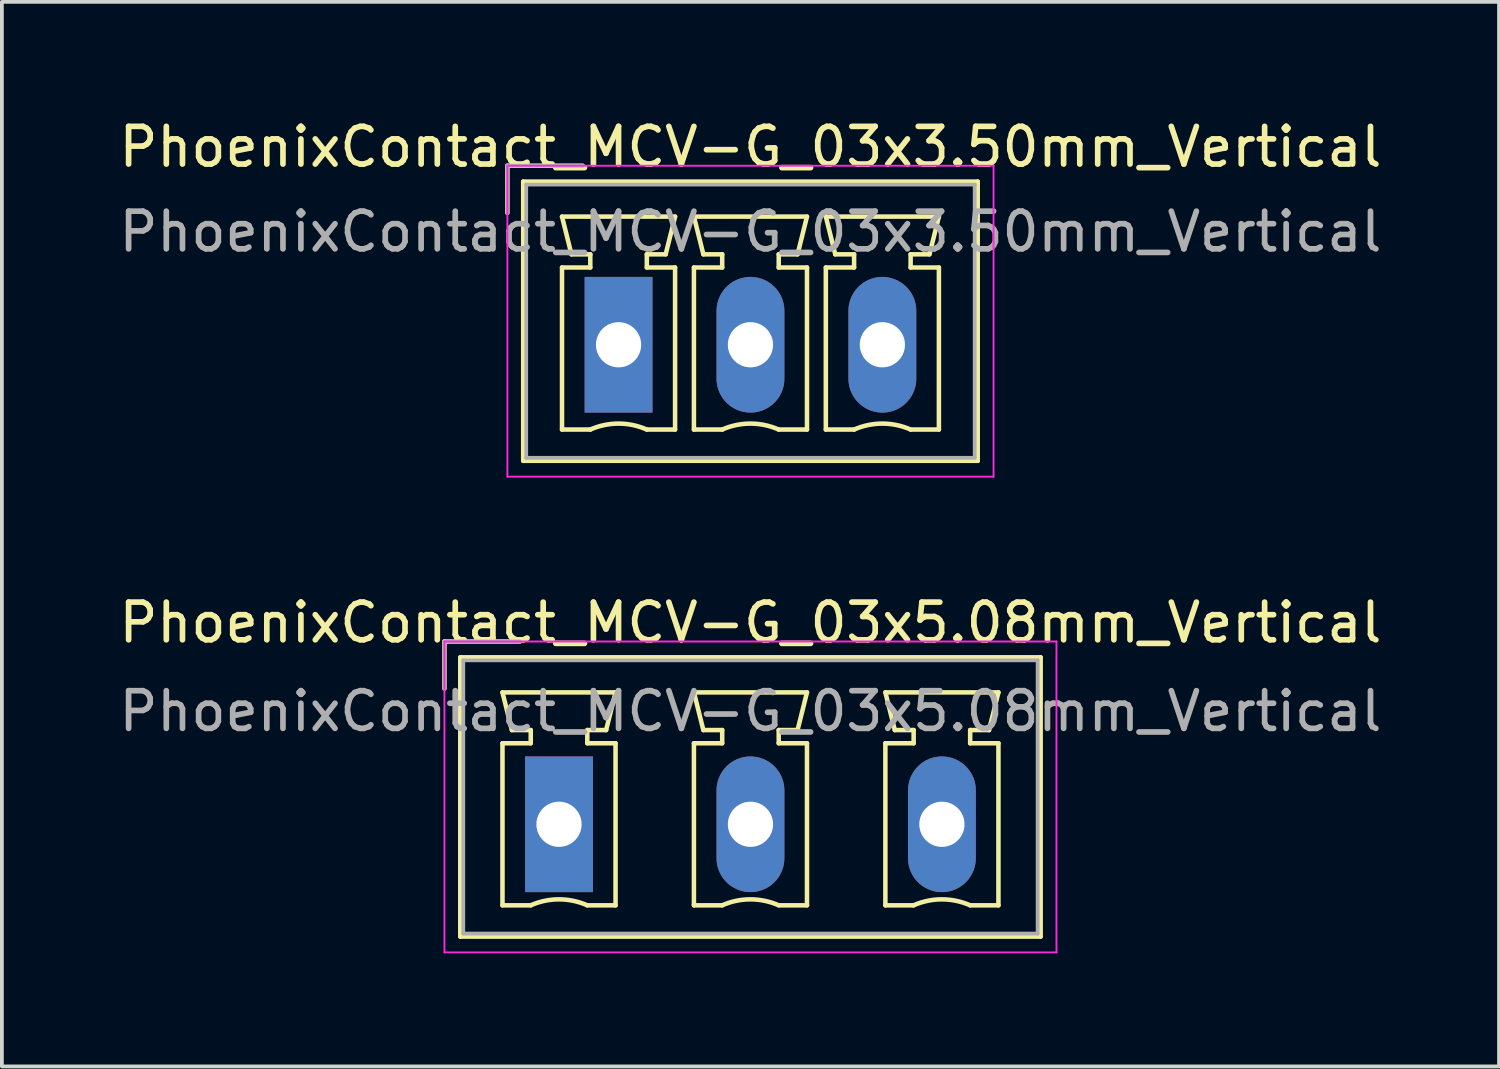
<source format=kicad_pcb>
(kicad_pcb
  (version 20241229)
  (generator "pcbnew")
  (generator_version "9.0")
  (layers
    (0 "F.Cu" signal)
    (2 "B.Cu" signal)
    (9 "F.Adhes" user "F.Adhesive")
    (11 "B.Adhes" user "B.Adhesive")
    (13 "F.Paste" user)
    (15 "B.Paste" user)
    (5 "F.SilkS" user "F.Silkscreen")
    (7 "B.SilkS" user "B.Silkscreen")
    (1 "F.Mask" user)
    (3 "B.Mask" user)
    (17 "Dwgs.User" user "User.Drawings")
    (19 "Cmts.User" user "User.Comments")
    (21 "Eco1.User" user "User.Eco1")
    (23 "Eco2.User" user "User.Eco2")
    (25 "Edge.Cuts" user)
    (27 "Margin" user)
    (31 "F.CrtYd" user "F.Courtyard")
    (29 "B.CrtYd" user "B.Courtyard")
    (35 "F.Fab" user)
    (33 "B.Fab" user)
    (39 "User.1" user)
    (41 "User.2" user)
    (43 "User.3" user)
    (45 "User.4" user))
  (footprint "PhoenixContact_MCV-G_03x5.08mm_Vertical"
    (layer "F.Cu")
    (at 11.783 18.822)
    (property "Reference" "PhoenixContact_MCV-G_03x5.08mm_Vertical" (at 5.08 -5.35 0) (layer "F.SilkS") (effects (font (size 1 1) (thickness 0.15))))
    (attr through_hole)
    (fp_line (start -3.04 -4.85) (end -1.04 -4.85) (stroke (width 0.12) (type solid)) (layer "F.SilkS"))
    (fp_line (start -3.04 -3.6) (end -3.04 -4.85) (stroke (width 0.12) (type solid)) (layer "F.SilkS"))
    (fp_line (start -2.62 -4.43) (end -2.62 2.98) (stroke (width 0.12) (type solid)) (layer "F.SilkS"))
    (fp_line (start -2.62 2.98) (end 12.78 2.98) (stroke (width 0.12) (type solid)) (layer "F.SilkS"))
    (fp_line (start -1.5 -3.5) (end 1.5 -3.5) (stroke (width 0.12) (type solid)) (layer "F.SilkS"))
    (fp_line (start -1.5 -2.15) (end -0.75 -2.15) (stroke (width 0.12) (type solid)) (layer "F.SilkS"))
    (fp_line (start -1.5 2.15) (end -1.5 -2.15) (stroke (width 0.12) (type solid)) (layer "F.SilkS"))
    (fp_line (start -1.25 -2.5) (end -1.5 -3.5) (stroke (width 0.12) (type solid)) (layer "F.SilkS"))
    (fp_line (start -0.75 -2.5) (end -1.25 -2.5) (stroke (width 0.12) (type solid)) (layer "F.SilkS"))
    (fp_line (start -0.75 -2.15) (end -0.75 -2.5) (stroke (width 0.12) (type solid)) (layer "F.SilkS"))
    (fp_line (start -0.75 2.15) (end -1.5 2.15) (stroke (width 0.12) (type solid)) (layer "F.SilkS"))
    (fp_line (start 0.75 -2.5) (end 0.75 -2.15) (stroke (width 0.12) (type solid)) (layer "F.SilkS"))
    (fp_line (start 0.75 -2.15) (end 1.5 -2.15) (stroke (width 0.12) (type solid)) (layer "F.SilkS"))
    (fp_line (start 1.25 -2.5) (end 0.75 -2.5) (stroke (width 0.12) (type solid)) (layer "F.SilkS"))
    (fp_line (start 1.5 -3.5) (end 1.25 -2.5) (stroke (width 0.12) (type solid)) (layer "F.SilkS"))
    (fp_line (start 1.5 -2.15) (end 1.5 2.15) (stroke (width 0.12) (type solid)) (layer "F.SilkS"))
    (fp_line (start 1.5 2.15) (end 0.75 2.15) (stroke (width 0.12) (type solid)) (layer "F.SilkS"))
    (fp_line (start 3.58 -3.5) (end 6.58 -3.5) (stroke (width 0.12) (type solid)) (layer "F.SilkS"))
    (fp_line (start 3.58 -2.15) (end 4.33 -2.15) (stroke (width 0.12) (type solid)) (layer "F.SilkS"))
    (fp_line (start 3.58 2.15) (end 3.58 -2.15) (stroke (width 0.12) (type solid)) (layer "F.SilkS"))
    (fp_line (start 3.83 -2.5) (end 3.58 -3.5) (stroke (width 0.12) (type solid)) (layer "F.SilkS"))
    (fp_line (start 4.33 -2.5) (end 3.83 -2.5) (stroke (width 0.12) (type solid)) (layer "F.SilkS"))
    (fp_line (start 4.33 -2.15) (end 4.33 -2.5) (stroke (width 0.12) (type solid)) (layer "F.SilkS"))
    (fp_line (start 4.33 2.15) (end 3.58 2.15) (stroke (width 0.12) (type solid)) (layer "F.SilkS"))
    (fp_line (start 5.83 -2.5) (end 5.83 -2.15) (stroke (width 0.12) (type solid)) (layer "F.SilkS"))
    (fp_line (start 5.83 -2.15) (end 6.58 -2.15) (stroke (width 0.12) (type solid)) (layer "F.SilkS"))
    (fp_line (start 6.33 -2.5) (end 5.83 -2.5) (stroke (width 0.12) (type solid)) (layer "F.SilkS"))
    (fp_line (start 6.58 -3.5) (end 6.33 -2.5) (stroke (width 0.12) (type solid)) (layer "F.SilkS"))
    (fp_line (start 6.58 -2.15) (end 6.58 2.15) (stroke (width 0.12) (type solid)) (layer "F.SilkS"))
    (fp_line (start 6.58 2.15) (end 5.83 2.15) (stroke (width 0.12) (type solid)) (layer "F.SilkS"))
    (fp_line (start 8.66 -3.5) (end 11.66 -3.5) (stroke (width 0.12) (type solid)) (layer "F.SilkS"))
    (fp_line (start 8.66 -2.15) (end 9.41 -2.15) (stroke (width 0.12) (type solid)) (layer "F.SilkS"))
    (fp_line (start 8.66 2.15) (end 8.66 -2.15) (stroke (width 0.12) (type solid)) (layer "F.SilkS"))
    (fp_line (start 8.91 -2.5) (end 8.66 -3.5) (stroke (width 0.12) (type solid)) (layer "F.SilkS"))
    (fp_line (start 9.41 -2.5) (end 8.91 -2.5) (stroke (width 0.12) (type solid)) (layer "F.SilkS"))
    (fp_line (start 9.41 -2.15) (end 9.41 -2.5) (stroke (width 0.12) (type solid)) (layer "F.SilkS"))
    (fp_line (start 9.41 2.15) (end 8.66 2.15) (stroke (width 0.12) (type solid)) (layer "F.SilkS"))
    (fp_line (start 10.91 -2.5) (end 10.91 -2.15) (stroke (width 0.12) (type solid)) (layer "F.SilkS"))
    (fp_line (start 10.91 -2.15) (end 11.66 -2.15) (stroke (width 0.12) (type solid)) (layer "F.SilkS"))
    (fp_line (start 11.41 -2.5) (end 10.91 -2.5) (stroke (width 0.12) (type solid)) (layer "F.SilkS"))
    (fp_line (start 11.66 -3.5) (end 11.41 -2.5) (stroke (width 0.12) (type solid)) (layer "F.SilkS"))
    (fp_line (start 11.66 -2.15) (end 11.66 2.15) (stroke (width 0.12) (type solid)) (layer "F.SilkS"))
    (fp_line (start 11.66 2.15) (end 10.91 2.15) (stroke (width 0.12) (type solid)) (layer "F.SilkS"))
    (fp_line (start 12.78 -4.43) (end -2.62 -4.43) (stroke (width 0.12) (type solid)) (layer "F.SilkS"))
    (fp_line (start 12.78 2.98) (end 12.78 -4.43) (stroke (width 0.12) (type solid)) (layer "F.SilkS"))
    (fp_arc (start -0.75 2.15) (mid -0.000193 1.99191) (end 0.749647 2.149844) (stroke (width 0.12) (type solid)) (layer "F.SilkS"))
    (fp_arc (start 4.33 2.15) (mid 5.079807 1.99191) (end 5.829647 2.149844) (stroke (width 0.12) (type solid)) (layer "F.SilkS"))
    (fp_arc (start 9.41 2.15) (mid 10.159807 1.99191) (end 10.909647 2.149844) (stroke (width 0.12) (type solid)) (layer "F.SilkS"))
    (fp_line (start -3.04 -4.85) (end -3.04 3.4) (stroke (width 0.05) (type solid)) (layer "F.CrtYd"))
    (fp_line (start -3.04 3.4) (end 13.2 3.4) (stroke (width 0.05) (type solid)) (layer "F.CrtYd"))
    (fp_line (start 13.2 -4.85) (end -3.04 -4.85) (stroke (width 0.05) (type solid)) (layer "F.CrtYd"))
    (fp_line (start 13.2 3.4) (end 13.2 -4.85) (stroke (width 0.05) (type solid)) (layer "F.CrtYd"))
    (fp_line (start -3.04 -4.85) (end -1.04 -4.85) (stroke (width 0.1) (type solid)) (layer "F.Fab"))
    (fp_line (start -3.04 -3.6) (end -3.04 -4.85) (stroke (width 0.1) (type solid)) (layer "F.Fab"))
    (fp_line (start -2.54 -4.35) (end -2.54 2.9) (stroke (width 0.1) (type solid)) (layer "F.Fab"))
    (fp_line (start -2.54 2.9) (end 12.7 2.9) (stroke (width 0.1) (type solid)) (layer "F.Fab"))
    (fp_line (start 12.7 -4.35) (end -2.54 -4.35) (stroke (width 0.1) (type solid)) (layer "F.Fab"))
    (fp_line (start 12.7 2.9) (end 12.7 -4.35) (stroke (width 0.1) (type solid)) (layer "F.Fab"))
    (fp_text user "${REFERENCE}" (at 5.08 -3 0) (layer "F.Fab") (effects (font (size 1 1) (thickness 0.15))))
    (pad "1" thru_hole rect (at 0 0) (size 1.8 3.6) (drill 1.2) (layers "*.Cu" "*.Mask"))
    (pad "2" thru_hole oval (at 5.08 0) (size 1.8 3.6) (drill 1.2) (layers "*.Cu" "*.Mask"))
    (pad "3" thru_hole oval (at 10.16 0) (size 1.8 3.6) (drill 1.2) (layers "*.Cu" "*.Mask")))
  (footprint "PhoenixContact_MCV-G_03x3.50mm_Vertical"
    (layer "F.Cu")
    (at 13.363 6.098)
    (property "Reference" "PhoenixContact_MCV-G_03x3.50mm_Vertical" (at 3.5 -5.25 0) (layer "F.SilkS") (effects (font (size 1 1) (thickness 0.15))))
    (attr through_hole)
    (fp_line (start -2.95 -4.75) (end -0.95 -4.75) (stroke (width 0.12) (type solid)) (layer "F.SilkS"))
    (fp_line (start -2.95 -3.5) (end -2.95 -4.75) (stroke (width 0.12) (type solid)) (layer "F.SilkS"))
    (fp_line (start -2.53 -4.33) (end -2.53 3.08) (stroke (width 0.12) (type solid)) (layer "F.SilkS"))
    (fp_line (start -2.53 3.08) (end 9.53 3.08) (stroke (width 0.12) (type solid)) (layer "F.SilkS"))
    (fp_line (start -1.5 -3.4) (end 1.5 -3.4) (stroke (width 0.12) (type solid)) (layer "F.SilkS"))
    (fp_line (start -1.5 -2.05) (end -0.75 -2.05) (stroke (width 0.12) (type solid)) (layer "F.SilkS"))
    (fp_line (start -1.5 2.25) (end -1.5 -2.05) (stroke (width 0.12) (type solid)) (layer "F.SilkS"))
    (fp_line (start -1.25 -2.4) (end -1.5 -3.4) (stroke (width 0.12) (type solid)) (layer "F.SilkS"))
    (fp_line (start -0.75 -2.4) (end -1.25 -2.4) (stroke (width 0.12) (type solid)) (layer "F.SilkS"))
    (fp_line (start -0.75 -2.05) (end -0.75 -2.4) (stroke (width 0.12) (type solid)) (layer "F.SilkS"))
    (fp_line (start -0.75 2.25) (end -1.5 2.25) (stroke (width 0.12) (type solid)) (layer "F.SilkS"))
    (fp_line (start 0.75 -2.4) (end 0.75 -2.05) (stroke (width 0.12) (type solid)) (layer "F.SilkS"))
    (fp_line (start 0.75 -2.05) (end 1.5 -2.05) (stroke (width 0.12) (type solid)) (layer "F.SilkS"))
    (fp_line (start 1.25 -2.4) (end 0.75 -2.4) (stroke (width 0.12) (type solid)) (layer "F.SilkS"))
    (fp_line (start 1.5 -3.4) (end 1.25 -2.4) (stroke (width 0.12) (type solid)) (layer "F.SilkS"))
    (fp_line (start 1.5 -2.05) (end 1.5 2.25) (stroke (width 0.12) (type solid)) (layer "F.SilkS"))
    (fp_line (start 1.5 2.25) (end 0.75 2.25) (stroke (width 0.12) (type solid)) (layer "F.SilkS"))
    (fp_line (start 2 -3.4) (end 5 -3.4) (stroke (width 0.12) (type solid)) (layer "F.SilkS"))
    (fp_line (start 2 -2.05) (end 2.75 -2.05) (stroke (width 0.12) (type solid)) (layer "F.SilkS"))
    (fp_line (start 2 2.25) (end 2 -2.05) (stroke (width 0.12) (type solid)) (layer "F.SilkS"))
    (fp_line (start 2.25 -2.4) (end 2 -3.4) (stroke (width 0.12) (type solid)) (layer "F.SilkS"))
    (fp_line (start 2.75 -2.4) (end 2.25 -2.4) (stroke (width 0.12) (type solid)) (layer "F.SilkS"))
    (fp_line (start 2.75 -2.05) (end 2.75 -2.4) (stroke (width 0.12) (type solid)) (layer "F.SilkS"))
    (fp_line (start 2.75 2.25) (end 2 2.25) (stroke (width 0.12) (type solid)) (layer "F.SilkS"))
    (fp_line (start 4.25 -2.4) (end 4.25 -2.05) (stroke (width 0.12) (type solid)) (layer "F.SilkS"))
    (fp_line (start 4.25 -2.05) (end 5 -2.05) (stroke (width 0.12) (type solid)) (layer "F.SilkS"))
    (fp_line (start 4.75 -2.4) (end 4.25 -2.4) (stroke (width 0.12) (type solid)) (layer "F.SilkS"))
    (fp_line (start 5 -3.4) (end 4.75 -2.4) (stroke (width 0.12) (type solid)) (layer "F.SilkS"))
    (fp_line (start 5 -2.05) (end 5 2.25) (stroke (width 0.12) (type solid)) (layer "F.SilkS"))
    (fp_line (start 5 2.25) (end 4.25 2.25) (stroke (width 0.12) (type solid)) (layer "F.SilkS"))
    (fp_line (start 5.5 -3.4) (end 8.5 -3.4) (stroke (width 0.12) (type solid)) (layer "F.SilkS"))
    (fp_line (start 5.5 -2.05) (end 6.25 -2.05) (stroke (width 0.12) (type solid)) (layer "F.SilkS"))
    (fp_line (start 5.5 2.25) (end 5.5 -2.05) (stroke (width 0.12) (type solid)) (layer "F.SilkS"))
    (fp_line (start 5.75 -2.4) (end 5.5 -3.4) (stroke (width 0.12) (type solid)) (layer "F.SilkS"))
    (fp_line (start 6.25 -2.4) (end 5.75 -2.4) (stroke (width 0.12) (type solid)) (layer "F.SilkS"))
    (fp_line (start 6.25 -2.05) (end 6.25 -2.4) (stroke (width 0.12) (type solid)) (layer "F.SilkS"))
    (fp_line (start 6.25 2.25) (end 5.5 2.25) (stroke (width 0.12) (type solid)) (layer "F.SilkS"))
    (fp_line (start 7.75 -2.4) (end 7.75 -2.05) (stroke (width 0.12) (type solid)) (layer "F.SilkS"))
    (fp_line (start 7.75 -2.05) (end 8.5 -2.05) (stroke (width 0.12) (type solid)) (layer "F.SilkS"))
    (fp_line (start 8.25 -2.4) (end 7.75 -2.4) (stroke (width 0.12) (type solid)) (layer "F.SilkS"))
    (fp_line (start 8.5 -3.4) (end 8.25 -2.4) (stroke (width 0.12) (type solid)) (layer "F.SilkS"))
    (fp_line (start 8.5 -2.05) (end 8.5 2.25) (stroke (width 0.12) (type solid)) (layer "F.SilkS"))
    (fp_line (start 8.5 2.25) (end 7.75 2.25) (stroke (width 0.12) (type solid)) (layer "F.SilkS"))
    (fp_line (start 9.53 -4.33) (end -2.53 -4.33) (stroke (width 0.12) (type solid)) (layer "F.SilkS"))
    (fp_line (start 9.53 3.08) (end 9.53 -4.33) (stroke (width 0.12) (type solid)) (layer "F.SilkS"))
    (fp_arc (start -0.75 2.25) (mid -0.000193 2.09191) (end 0.749647 2.249844) (stroke (width 0.12) (type solid)) (layer "F.SilkS"))
    (fp_arc (start 2.75 2.25) (mid 3.499807 2.09191) (end 4.249647 2.249844) (stroke (width 0.12) (type solid)) (layer "F.SilkS"))
    (fp_arc (start 6.25 2.25) (mid 6.999807 2.09191) (end 7.749647 2.249844) (stroke (width 0.12) (type solid)) (layer "F.SilkS"))
    (fp_line (start -2.95 -4.75) (end -2.95 3.5) (stroke (width 0.05) (type solid)) (layer "F.CrtYd"))
    (fp_line (start -2.95 3.5) (end 9.95 3.5) (stroke (width 0.05) (type solid)) (layer "F.CrtYd"))
    (fp_line (start 9.95 -4.75) (end -2.95 -4.75) (stroke (width 0.05) (type solid)) (layer "F.CrtYd"))
    (fp_line (start 9.95 3.5) (end 9.95 -4.75) (stroke (width 0.05) (type solid)) (layer "F.CrtYd"))
    (fp_line (start -2.95 -4.75) (end -0.95 -4.75) (stroke (width 0.1) (type solid)) (layer "F.Fab"))
    (fp_line (start -2.95 -3.5) (end -2.95 -4.75) (stroke (width 0.1) (type solid)) (layer "F.Fab"))
    (fp_line (start -2.45 -4.25) (end -2.45 3) (stroke (width 0.1) (type solid)) (layer "F.Fab"))
    (fp_line (start -2.45 3) (end 9.45 3) (stroke (width 0.1) (type solid)) (layer "F.Fab"))
    (fp_line (start 9.45 -4.25) (end -2.45 -4.25) (stroke (width 0.1) (type solid)) (layer "F.Fab"))
    (fp_line (start 9.45 3) (end 9.45 -4.25) (stroke (width 0.1) (type solid)) (layer "F.Fab"))
    (fp_text user "${REFERENCE}" (at 3.5 -3 0) (layer "F.Fab") (effects (font (size 1 1) (thickness 0.15))))
    (pad "1" thru_hole rect (at 0 0) (size 1.8 3.6) (drill 1.2) (layers "*.Cu" "*.Mask"))
    (pad "2" thru_hole oval (at 3.5 0) (size 1.8 3.6) (drill 1.2) (layers "*.Cu" "*.Mask"))
    (pad "3" thru_hole oval (at 7 0) (size 1.8 3.6) (drill 1.2) (layers "*.Cu" "*.Mask")))
  (gr_rect
    (start -3 -3)
    (end 36.726 25.247)
    (stroke (width 0.1) (type default))
    (fill no)
    (layer "Edge.Cuts")))
</source>
